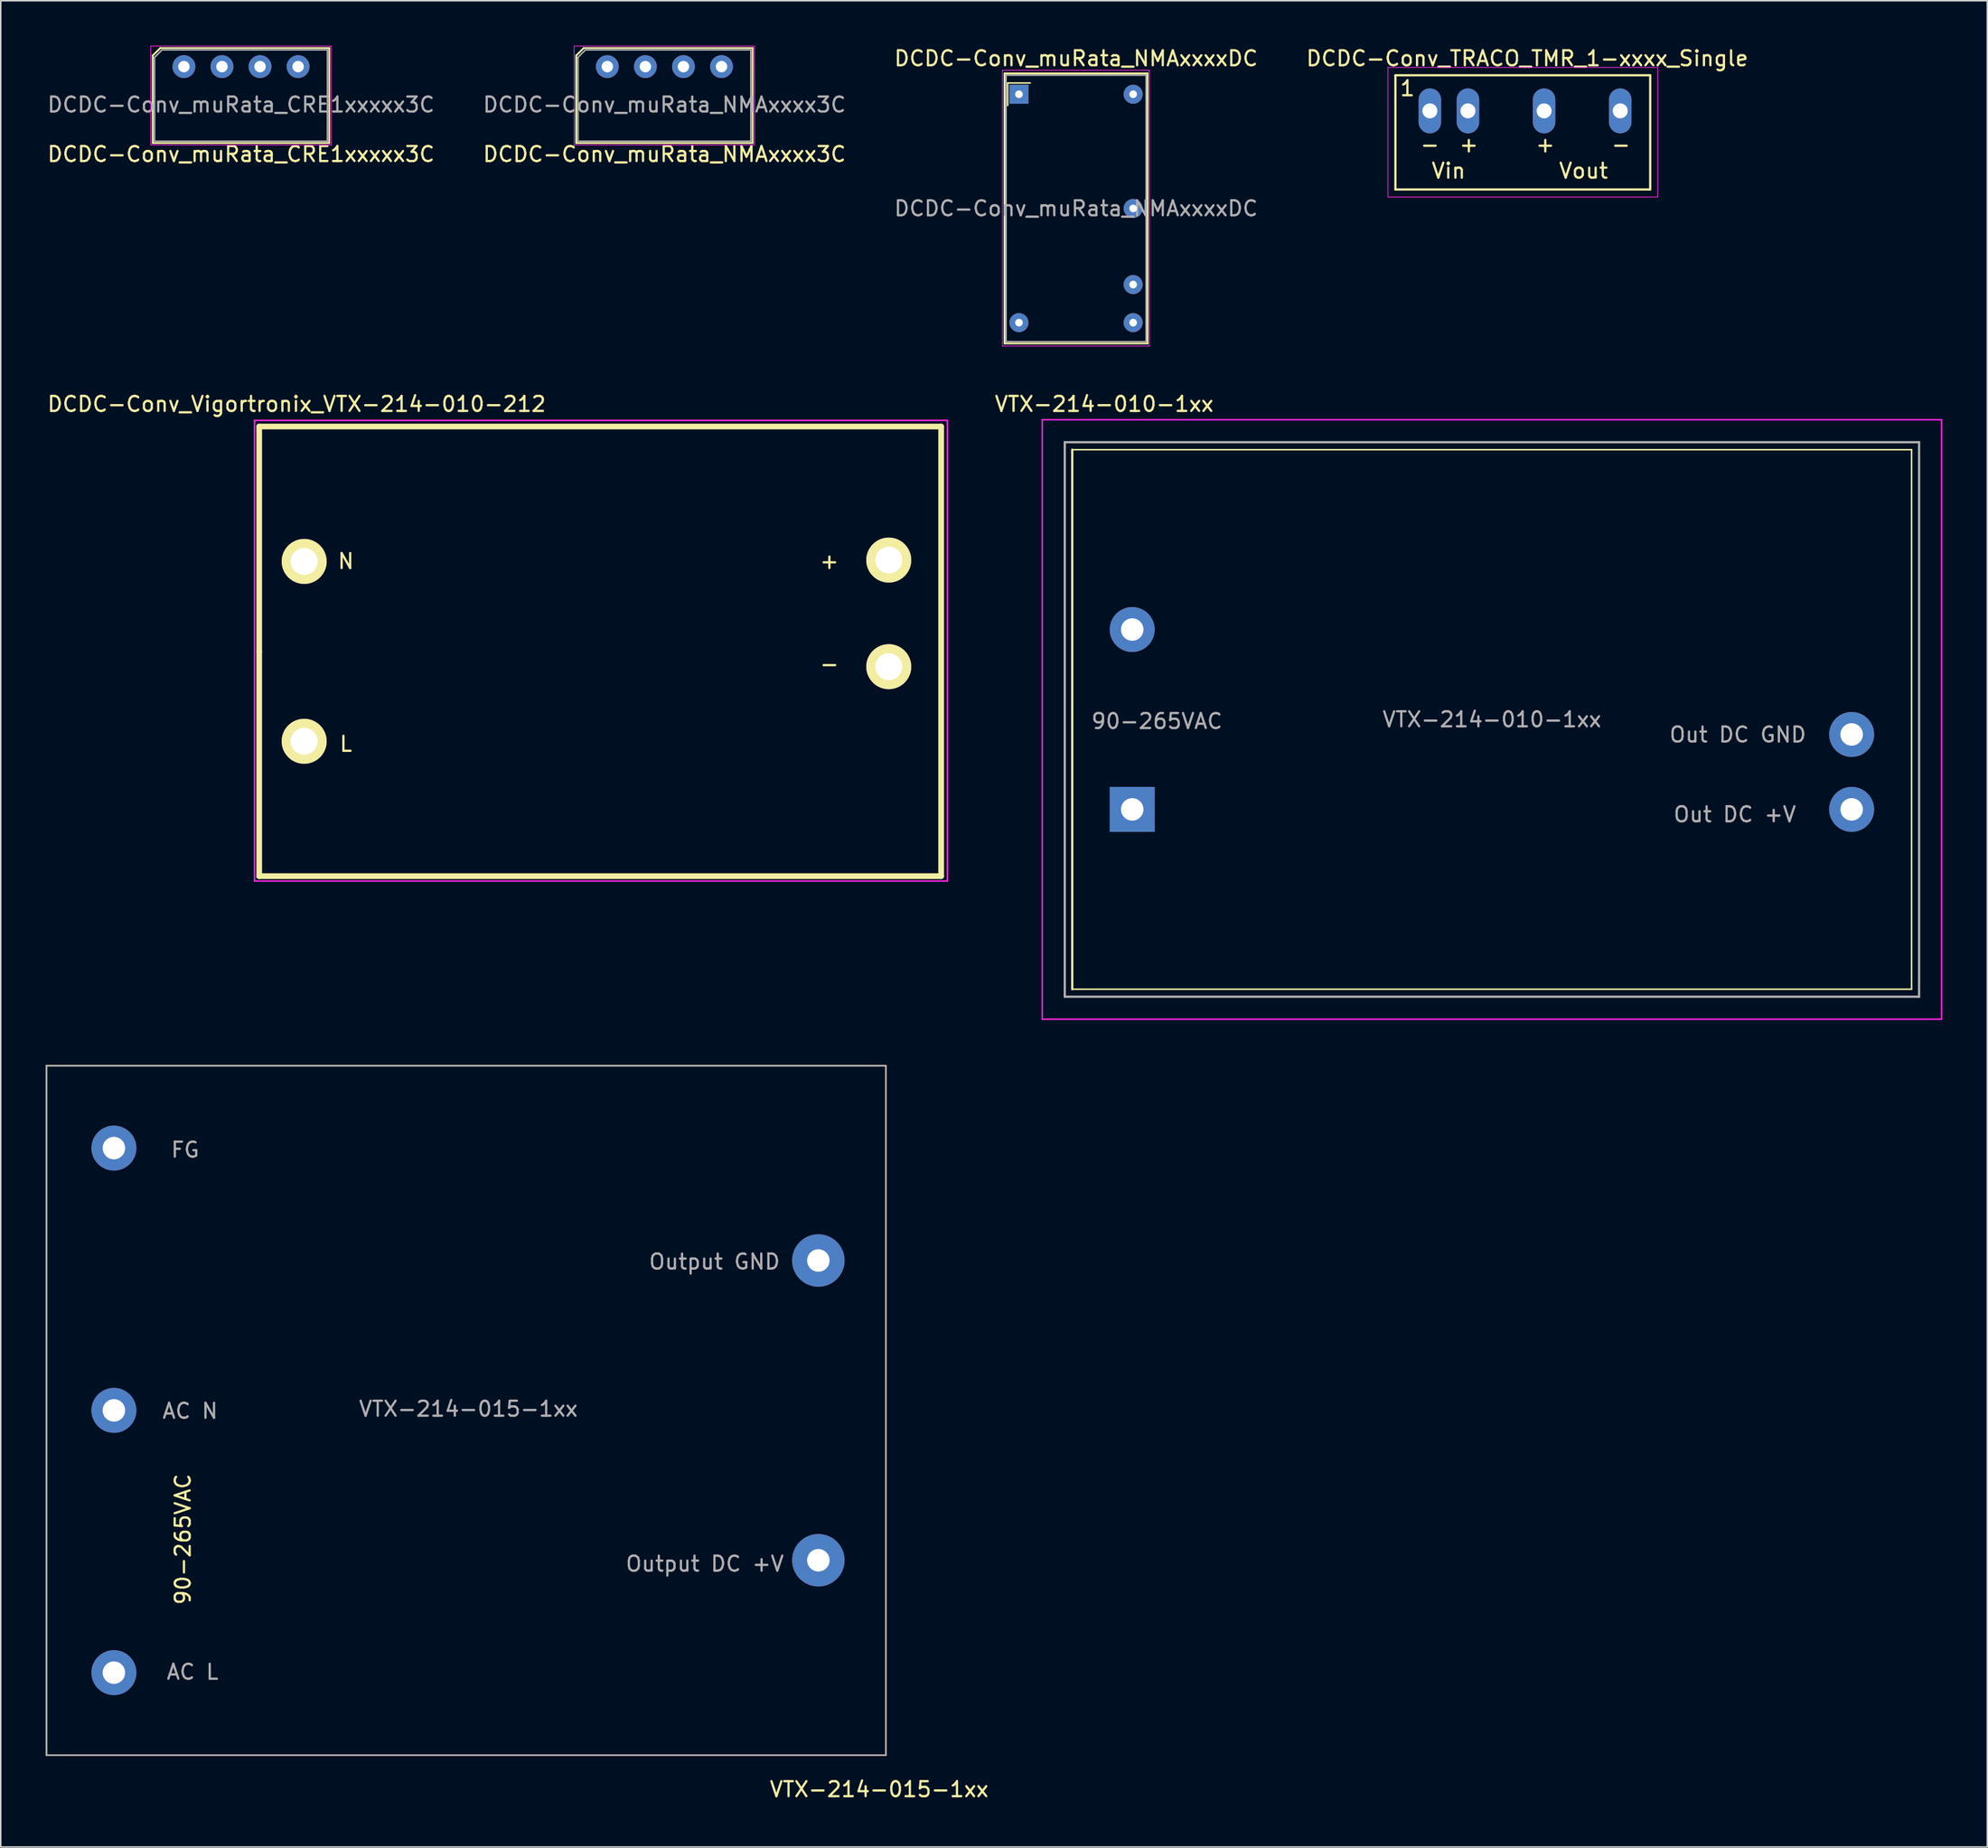
<source format=kicad_pcb>
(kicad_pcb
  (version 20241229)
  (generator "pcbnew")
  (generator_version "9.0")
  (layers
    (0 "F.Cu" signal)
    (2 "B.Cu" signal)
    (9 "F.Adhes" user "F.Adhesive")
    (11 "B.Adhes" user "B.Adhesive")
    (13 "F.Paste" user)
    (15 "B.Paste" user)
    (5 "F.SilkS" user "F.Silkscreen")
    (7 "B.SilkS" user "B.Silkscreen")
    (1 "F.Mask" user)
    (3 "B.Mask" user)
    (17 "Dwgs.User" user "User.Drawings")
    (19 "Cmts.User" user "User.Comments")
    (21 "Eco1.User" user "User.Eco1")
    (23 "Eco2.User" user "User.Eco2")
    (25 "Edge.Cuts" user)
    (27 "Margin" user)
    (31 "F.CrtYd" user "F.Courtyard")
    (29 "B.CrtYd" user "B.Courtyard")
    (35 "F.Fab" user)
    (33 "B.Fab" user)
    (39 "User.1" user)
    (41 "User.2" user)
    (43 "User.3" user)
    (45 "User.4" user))
  (footprint "DCDC-Conv_muRata_CRE1xxxxx3C"
    (layer "F.Cu")
    (at 9.22 1.395)
    (property "Reference" "DCDC-Conv_muRata_CRE1xxxxx3C" (at 3.81 5.842 0) (layer "F.SilkS") (effects (font (size 1 1) (thickness 0.15))))
    (attr through_hole)
    (fp_line (start -2.076 -0.738) (end -1.576 -1.238) (stroke (width 0.12) (type solid)) (layer "F.SilkS"))
    (fp_line (start -2.076 5.098) (end -2.076 -0.738) (stroke (width 0.12) (type solid)) (layer "F.SilkS"))
    (fp_line (start -1.576 -1.238) (end 9.696 -1.238) (stroke (width 0.12) (type solid)) (layer "F.SilkS"))
    (fp_line (start 9.696 -1.238) (end 9.696 5.098) (stroke (width 0.12) (type solid)) (layer "F.SilkS"))
    (fp_line (start 9.696 5.098) (end -2.076 5.098) (stroke (width 0.12) (type solid)) (layer "F.SilkS"))
    (fp_line (start -2.21 -1.37) (end 9.83 -1.37) (stroke (width 0.05) (type solid)) (layer "F.CrtYd"))
    (fp_line (start -2.21 5.23) (end -2.21 -1.37) (stroke (width 0.05) (type solid)) (layer "F.CrtYd"))
    (fp_line (start 9.82 -1.37) (end 9.83 5.23) (stroke (width 0.05) (type solid)) (layer "F.CrtYd"))
    (fp_line (start 9.82 5.23) (end -2.21 5.23) (stroke (width 0.05) (type solid)) (layer "F.CrtYd"))
    (fp_line (start -1.956 -0.618) (end -1.456 -1.118) (stroke (width 0.1) (type solid)) (layer "F.Fab"))
    (fp_line (start -1.956 4.978) (end -1.956 -0.618) (stroke (width 0.1) (type solid)) (layer "F.Fab"))
    (fp_line (start -1.456 -1.118) (end 9.576 -1.118) (stroke (width 0.1) (type solid)) (layer "F.Fab"))
    (fp_line (start 9.576 -1.118) (end 9.576 4.978) (stroke (width 0.1) (type solid)) (layer "F.Fab"))
    (fp_line (start 9.576 4.978) (end -1.956 4.978) (stroke (width 0.1) (type solid)) (layer "F.Fab"))
    (fp_text user "${REFERENCE}" (at 3.81 2.54 0) (layer "F.Fab") (effects (font (size 1 1) (thickness 0.15))))
    (pad "1" thru_hole circle (at 0 0) (size 1.524 1.524) (drill 0.762) (layers "*.Cu" "*.Mask"))
    (pad "2" thru_hole circle (at 2.54 0) (size 1.524 1.524) (drill 0.762) (layers "*.Cu" "*.Mask"))
    (pad "3" thru_hole circle (at 5.08 0) (size 1.524 1.524) (drill 0.762) (layers "*.Cu" "*.Mask"))
    (pad "4" thru_hole circle (at 7.62 0) (size 1.524 1.524) (drill 0.762) (layers "*.Cu" "*.Mask")))
  (footprint "VTX-214-010-1xx"
    (layer "F.Cu")
    (at 96.491 44.955)
    (property "Reference" "VTX-214-010-1xx" (at -25.87 -21.044 0) (layer "F.SilkS") (effects (font (size 1 1) (thickness 0.15))))
    (attr through_hole)
    (fp_line (start -28 -18) (end 28 -18) (stroke (width 0.1) (type solid)) (layer "F.SilkS"))
    (fp_line (start -28 18) (end -28 -18) (stroke (width 0.15) (type solid)) (layer "F.SilkS"))
    (fp_line (start 28 -18) (end 28 18) (stroke (width 0.1) (type solid)) (layer "F.SilkS"))
    (fp_line (start 28 18) (end -28 18) (stroke (width 0.1) (type solid)) (layer "F.SilkS"))
    (fp_line (start -30 -20) (end 30 -20) (stroke (width 0.1) (type solid)) (layer "F.CrtYd"))
    (fp_line (start -30 20) (end -30 -20) (stroke (width 0.1) (type solid)) (layer "F.CrtYd"))
    (fp_line (start 30 -20) (end 30 20) (stroke (width 0.1) (type solid)) (layer "F.CrtYd"))
    (fp_line (start 30 20) (end -30 20) (stroke (width 0.1) (type solid)) (layer "F.CrtYd"))
    (fp_line (start -28.5 -18.5) (end -28.5 18.5) (stroke (width 0.15) (type solid)) (layer "F.Fab"))
    (fp_line (start -28.5 -18.5) (end 28.5 -18.5) (stroke (width 0.15) (type solid)) (layer "F.Fab"))
    (fp_line (start 28.5 18.5) (end -28.5 18.5) (stroke (width 0.15) (type solid)) (layer "F.Fab"))
    (fp_line (start 28.5 18.5) (end 28.5 -18.5) (stroke (width 0.15) (type solid)) (layer "F.Fab"))
    (fp_text user "Out DC GND" (at 16.408 1.016 0) (layer "F.Fab") (effects (font (size 1 1) (thickness 0.15))))
    (fp_text user "Out DC +V" (at 16.205 6.337 0) (layer "F.Fab") (effects (font (size 1 1) (thickness 0.15))))
    (fp_text user "${REFERENCE}" (at 0 0 0) (layer "F.Fab") (effects (font (size 1 1) (thickness 0.15))))
    (fp_text user "90-265VAC" (at -22.352 0.114 0) (layer "F.Fab") (effects (font (size 1 1) (thickness 0.15))))
    (pad "1" thru_hole rect (at -24 6) (size 3 3) (drill 1.5) (layers "*.Cu" "*.Mask"))
    (pad "2" thru_hole circle (at -24 -6) (size 3 3) (drill 1.5) (layers "*.Cu" "*.Mask"))
    (pad "3" thru_hole circle (at 24 6) (size 3 3) (drill 1.5) (layers "*.Cu" "*.Mask"))
    (pad "4" thru_hole circle (at 24 1) (size 3 3) (drill 1.5) (layers "*.Cu" "*.Mask")))
  (footprint "DCDC-Conv_Vigortronix_VTX-214-010-212"
    (layer "F.Cu")
    (at 17.234 34.397)
    (property "Reference" "DCDC-Conv_Vigortronix_VTX-214-010-212" (at -0.49 -10.486 0) (layer "F.SilkS") (effects (font (size 1 1) (thickness 0.15))))
    (attr through_hole)
    (fp_line (start -2.99 6.014) (end -2.99 -8.986) (stroke (width 0.381) (type solid)) (layer "F.SilkS"))
    (fp_line (start -2.99 6.014) (end -2.99 21.014) (stroke (width 0.381) (type solid)) (layer "F.SilkS"))
    (fp_line (start -2.99 21.014) (end 42.51 21.014) (stroke (width 0.381) (type solid)) (layer "F.SilkS"))
    (fp_line (start 42.51 -8.986) (end -2.99 -8.986) (stroke (width 0.381) (type solid)) (layer "F.SilkS"))
    (fp_line (start 42.51 21.014) (end 42.51 -8.986) (stroke (width 0.381) (type solid)) (layer "F.SilkS"))
    (fp_line (start -3.302 -9.398) (end 42.926 -9.398) (stroke (width 0.1) (type solid)) (layer "F.CrtYd"))
    (fp_line (start -3.302 21.336) (end -3.302 -9.398) (stroke (width 0.1) (type solid)) (layer "F.CrtYd"))
    (fp_line (start 42.926 -9.398) (end 42.926 21.336) (stroke (width 0.1) (type solid)) (layer "F.CrtYd"))
    (fp_line (start 42.926 21.336) (end -3.302 21.336) (stroke (width 0.1) (type solid)) (layer "F.CrtYd"))
    (fp_text user "+" (at 35.052 0 0) (layer "F.SilkS") (effects (font (size 1 1) (thickness 0.15))))
    (fp_text user "L" (at 2.794 12.192 0) (layer "F.SilkS") (effects (font (size 1 1) (thickness 0.15))))
    (fp_text user "-" (at 35.052 6.858 0) (layer "F.SilkS") (effects (font (size 1 1) (thickness 0.15))))
    (fp_text user "N" (at 2.794 0 0) (layer "F.SilkS") (effects (font (size 1 1) (thickness 0.15))))
    (pad "1" thru_hole circle (at 0.01 12.014) (size 3 3) (drill 1.8) (layers "*.Cu" "*.Mask" "F.SilkS"))
    (pad "2" thru_hole circle (at 0.01 0.014) (size 3 3) (drill 1.8) (layers "*.Cu" "*.Mask" "F.SilkS"))
    (pad "3" thru_hole circle (at 39.014 -0.076) (size 3 3) (drill 1.8) (layers "*.Cu" "*.Mask" "F.SilkS"))
    (pad "4" thru_hole circle (at 39.014 7.036) (size 3 3) (drill 1.8) (layers "*.Cu" "*.Mask" "F.SilkS")))
  (footprint "DCDC-Conv_muRata_NMAxxxxDC"
    (layer "F.Cu")
    (at 64.934 3.238)
    (property "Reference" "DCDC-Conv_muRata_NMAxxxxDC" (at 3.81 -2.39 0) (layer "F.SilkS") (effects (font (size 1 1) (thickness 0.15))))
    (attr through_hole)
    (fp_line (start -0.96 -1.39) (end -0.96 16.63) (stroke (width 0.12) (type solid)) (layer "F.SilkS"))
    (fp_line (start -0.96 -1.39) (end 8.58 -1.39) (stroke (width 0.12) (type solid)) (layer "F.SilkS"))
    (fp_line (start -0.96 16.63) (end 8.58 16.63) (stroke (width 0.12) (type solid)) (layer "F.SilkS"))
    (fp_line (start -0.75 -0.75) (end -0.75 0.75) (stroke (width 0.1) (type solid)) (layer "F.SilkS"))
    (fp_line (start 0.75 -0.75) (end -0.75 -0.75) (stroke (width 0.1) (type solid)) (layer "F.SilkS"))
    (fp_line (start 8.58 16.63) (end 8.58 -1.39) (stroke (width 0.12) (type solid)) (layer "F.SilkS"))
    (fp_line (start -1.1 -1.6) (end -1.1 16.8) (stroke (width 0.05) (type solid)) (layer "F.CrtYd"))
    (fp_line (start -1.1 16.8) (end 8.7 16.8) (stroke (width 0.05) (type solid)) (layer "F.CrtYd"))
    (fp_line (start 8.7 -1.6) (end -1.1 -1.6) (stroke (width 0.05) (type solid)) (layer "F.CrtYd"))
    (fp_line (start 8.7 16.8) (end 8.7 -1.6) (stroke (width 0.05) (type solid)) (layer "F.CrtYd"))
    (fp_line (start -0.86 -1.27) (end 8.485 -1.27) (stroke (width 0.1) (type solid)) (layer "F.Fab"))
    (fp_line (start -0.86 16.51) (end -0.86 -1.27) (stroke (width 0.1) (type solid)) (layer "F.Fab"))
    (fp_line (start 8.485 -1.27) (end 8.485 16.51) (stroke (width 0.1) (type solid)) (layer "F.Fab"))
    (fp_line (start 8.485 16.51) (end -0.86 16.51) (stroke (width 0.1) (type solid)) (layer "F.Fab"))
    (fp_text user "${REFERENCE}" (at 3.81 7.62 0) (layer "F.Fab") (effects (font (size 1 1) (thickness 0.15))))
    (pad "1" thru_hole rect (at 0 0) (size 1.27 1.27) (drill 0.508) (layers "*.Cu" "*.Mask"))
    (pad "7" thru_hole oval (at 0 15.24) (size 1.27 1.27) (drill 0.508) (layers "*.Cu" "*.Mask"))
    (pad "8" thru_hole oval (at 7.62 15.24) (size 1.27 1.27) (drill 0.508) (layers "*.Cu" "*.Mask"))
    (pad "9" thru_hole oval (at 7.62 12.7) (size 1.27 1.27) (drill 0.508) (layers "*.Cu" "*.Mask"))
    (pad "11" thru_hole oval (at 7.62 7.62) (size 1.27 1.27) (drill 0.508) (layers "*.Cu" "*.Mask"))
    (pad "14" thru_hole oval (at 7.62 0) (size 1.27 1.27) (drill 0.508) (layers "*.Cu" "*.Mask")))
  (footprint "DCDC-Conv_TRACO_TMR_1-xxxx_Single"
    (layer "F.Cu")
    (at 92.351 4.348)
    (property "Reference" "DCDC-Conv_TRACO_TMR_1-xxxx_Single" (at 6.5 -3.5 0) (layer "F.SilkS") (effects (font (size 1 1) (thickness 0.15))))
    (attr through_hole)
    (fp_line (start -2.3 -2.375) (end -2.3 5.245) (stroke (width 0.15) (type solid)) (layer "F.SilkS"))
    (fp_line (start 14.7 -2.375) (end -2.3 -2.375) (stroke (width 0.15) (type solid)) (layer "F.SilkS"))
    (fp_line (start 14.7 -2.375) (end 14.7 5.245) (stroke (width 0.15) (type solid)) (layer "F.SilkS"))
    (fp_line (start 14.7 5.245) (end -2.3 5.245) (stroke (width 0.15) (type solid)) (layer "F.SilkS"))
    (fp_line (start -2.8 -2.9) (end -2.8 5.75) (stroke (width 0.05) (type solid)) (layer "F.CrtYd"))
    (fp_line (start -2.8 -2.9) (end 15.2 -2.9) (stroke (width 0.05) (type solid)) (layer "F.CrtYd"))
    (fp_line (start -2.8 5.75) (end 15.2 5.75) (stroke (width 0.05) (type solid)) (layer "F.CrtYd"))
    (fp_line (start 15.2 -2.9) (end 15.2 5.75) (stroke (width 0.05) (type solid)) (layer "F.CrtYd"))
    (fp_text user "1" (at -1.5 -1.5 0) (layer "F.SilkS") (effects (font (size 1 1) (thickness 0.15))))
    (fp_text user "Vout" (at 10.25 4 0) (layer "F.SilkS") (effects (font (size 1 1) (thickness 0.15))))
    (fp_text user "-" (at 12.75 2.25 0) (layer "F.SilkS") (effects (font (size 1 1) (thickness 0.15))))
    (fp_text user "+" (at 2.6 2.25 0) (layer "F.SilkS") (effects (font (size 1 1) (thickness 0.15))))
    (fp_text user "+" (at 7.7 2.25 0) (layer "F.SilkS") (effects (font (size 1 1) (thickness 0.15))))
    (fp_text user "-" (at 0 2.25 0) (layer "F.SilkS") (effects (font (size 1 1) (thickness 0.15))))
    (fp_text user "Vin" (at 1.25 4 0) (layer "F.SilkS") (effects (font (size 1 1) (thickness 0.15))))
    (pad "1" thru_hole oval (at 0 0) (size 1.5 3) (drill 1) (layers "*.Cu" "*.Mask"))
    (pad "2" thru_hole oval (at 2.54 0) (size 1.5 3) (drill 1) (layers "*.Cu" "*.Mask"))
    (pad "4" thru_hole oval (at 7.62 0) (size 1.5 3) (drill 1) (layers "*.Cu" "*.Mask"))
    (pad "6" thru_hole oval (at 12.7 0) (size 1.5 3) (drill 1) (layers "*.Cu" "*.Mask")))
  (footprint "DCDC-Conv_muRata_NMAxxxx3C"
    (layer "F.Cu")
    (at 37.47 1.395)
    (property "Reference" "DCDC-Conv_muRata_NMAxxxx3C" (at 3.81 5.842 0) (layer "F.SilkS") (effects (font (size 1 1) (thickness 0.15))))
    (attr through_hole)
    (fp_line (start -2.076 -0.738) (end -1.576 -1.238) (stroke (width 0.12) (type solid)) (layer "F.SilkS"))
    (fp_line (start -2.076 5.098) (end -2.076 -0.738) (stroke (width 0.12) (type solid)) (layer "F.SilkS"))
    (fp_line (start -1.576 -1.238) (end 9.696 -1.238) (stroke (width 0.12) (type solid)) (layer "F.SilkS"))
    (fp_line (start 9.696 -1.238) (end 9.696 5.098) (stroke (width 0.12) (type solid)) (layer "F.SilkS"))
    (fp_line (start 9.696 5.098) (end -2.076 5.098) (stroke (width 0.12) (type solid)) (layer "F.SilkS"))
    (fp_line (start -2.21 -1.37) (end 9.83 -1.37) (stroke (width 0.05) (type solid)) (layer "F.CrtYd"))
    (fp_line (start -2.21 5.23) (end -2.21 -1.37) (stroke (width 0.05) (type solid)) (layer "F.CrtYd"))
    (fp_line (start 9.82 -1.37) (end 9.83 5.23) (stroke (width 0.05) (type solid)) (layer "F.CrtYd"))
    (fp_line (start 9.82 5.23) (end -2.21 5.23) (stroke (width 0.05) (type solid)) (layer "F.CrtYd"))
    (fp_line (start -1.956 -0.618) (end -1.456 -1.118) (stroke (width 0.1) (type solid)) (layer "F.Fab"))
    (fp_line (start -1.956 4.978) (end -1.956 -0.618) (stroke (width 0.1) (type solid)) (layer "F.Fab"))
    (fp_line (start -1.456 -1.118) (end 9.576 -1.118) (stroke (width 0.1) (type solid)) (layer "F.Fab"))
    (fp_line (start 9.576 -1.118) (end 9.576 4.978) (stroke (width 0.1) (type solid)) (layer "F.Fab"))
    (fp_line (start 9.576 4.978) (end -1.956 4.978) (stroke (width 0.1) (type solid)) (layer "F.Fab"))
    (fp_text user "${REFERENCE}" (at 3.81 2.54 0) (layer "F.Fab") (effects (font (size 1 1) (thickness 0.15))))
    (pad "1" thru_hole circle (at 0 0) (size 1.524 1.524) (drill 0.762) (layers "*.Cu" "*.Mask"))
    (pad "2" thru_hole circle (at 2.54 0) (size 1.524 1.524) (drill 0.762) (layers "*.Cu" "*.Mask"))
    (pad "3" thru_hole circle (at 5.08 0) (size 1.524 1.524) (drill 0.762) (layers "*.Cu" "*.Mask"))
    (pad "4" thru_hole circle (at 7.62 0) (size 1.524 1.524) (drill 0.762) (layers "*.Cu" "*.Mask")))
  (footprint "VTX-214-015-1xx"
    (layer "F.Cu")
    (at 28.05 91.055)
    (property "Reference" "VTX-214-015-1xx" (at 27.559 25.286 0) (layer "F.SilkS") (effects (font (size 1 1) (thickness 0.15))))
    (attr through_hole)
    (fp_line (start -28 -23) (end -28 23) (stroke (width 0.1) (type solid)) (layer "F.SilkS"))
    (fp_line (start -28 23) (end 28 23) (stroke (width 0.1) (type solid)) (layer "F.SilkS"))
    (fp_line (start 28 -23) (end -28 -23) (stroke (width 0.1) (type solid)) (layer "F.SilkS"))
    (fp_line (start 28 23) (end 28 -23) (stroke (width 0.1) (type solid)) (layer "F.SilkS"))
    (fp_line (start -28 -23) (end -28 23) (stroke (width 0.1) (type solid)) (layer "F.Fab"))
    (fp_line (start -28 23) (end 28 23) (stroke (width 0.1) (type solid)) (layer "F.Fab"))
    (fp_line (start 28 -23) (end -28 -23) (stroke (width 0.1) (type solid)) (layer "F.Fab"))
    (fp_line (start 28 23) (end 28 -23) (stroke (width 0.1) (type solid)) (layer "F.Fab"))
    (fp_text user "90-265VAC" (at -18.9 8.6 90) (layer "F.SilkS") (effects (font (size 1 1) (thickness 0.15))))
    (fp_text user "AC N" (at -18.415 0.038 0) (layer "F.Fab") (effects (font (size 1 1) (thickness 0.15))))
    (fp_text user "Output GND" (at 16.573 -9.919 0) (layer "F.Fab") (effects (font (size 1 1) (thickness 0.15))))
    (fp_text user "Output DC +V" (at 15.926 10.236 0) (layer "F.Fab") (effects (font (size 1 1) (thickness 0.15))))
    (fp_text user "AC L" (at -18.25 17.45 0) (layer "F.Fab") (effects (font (size 1 1) (thickness 0.15))))
    (fp_text user "${REFERENCE}" (at 0.15 -0.1 0) (layer "F.Fab") (effects (font (size 1 1) (thickness 0.15))))
    (fp_text user "FG" (at -18.745 -17.386 0) (layer "F.Fab") (effects (font (size 1 1) (thickness 0.15))))
    (pad "1" thru_hole circle (at -23.5 -17.5) (size 3 3) (drill 1.5) (layers "*.Cu" "*.Mask"))
    (pad "2" thru_hole circle (at -23.5 0) (size 3 3) (drill 1.5) (layers "*.Cu" "*.Mask"))
    (pad "3" thru_hole circle (at -23.5 17.5) (size 3 3) (drill 1.5) (layers "*.Cu" "*.Mask"))
    (pad "4" thru_hole circle (at 23.5 10) (size 3.5 3.5) (drill 1.5) (layers "*.Cu" "*.Mask"))
    (pad "5" thru_hole circle (at 23.5 -10) (size 3.5 3.5) (drill 1.5) (layers "*.Cu" "*.Mask")))
  (gr_rect
    (start -3 -3)
    (end 129.541 120.189)
    (stroke (width 0.1) (type default))
    (fill no)
    (layer "Edge.Cuts")))
</source>
